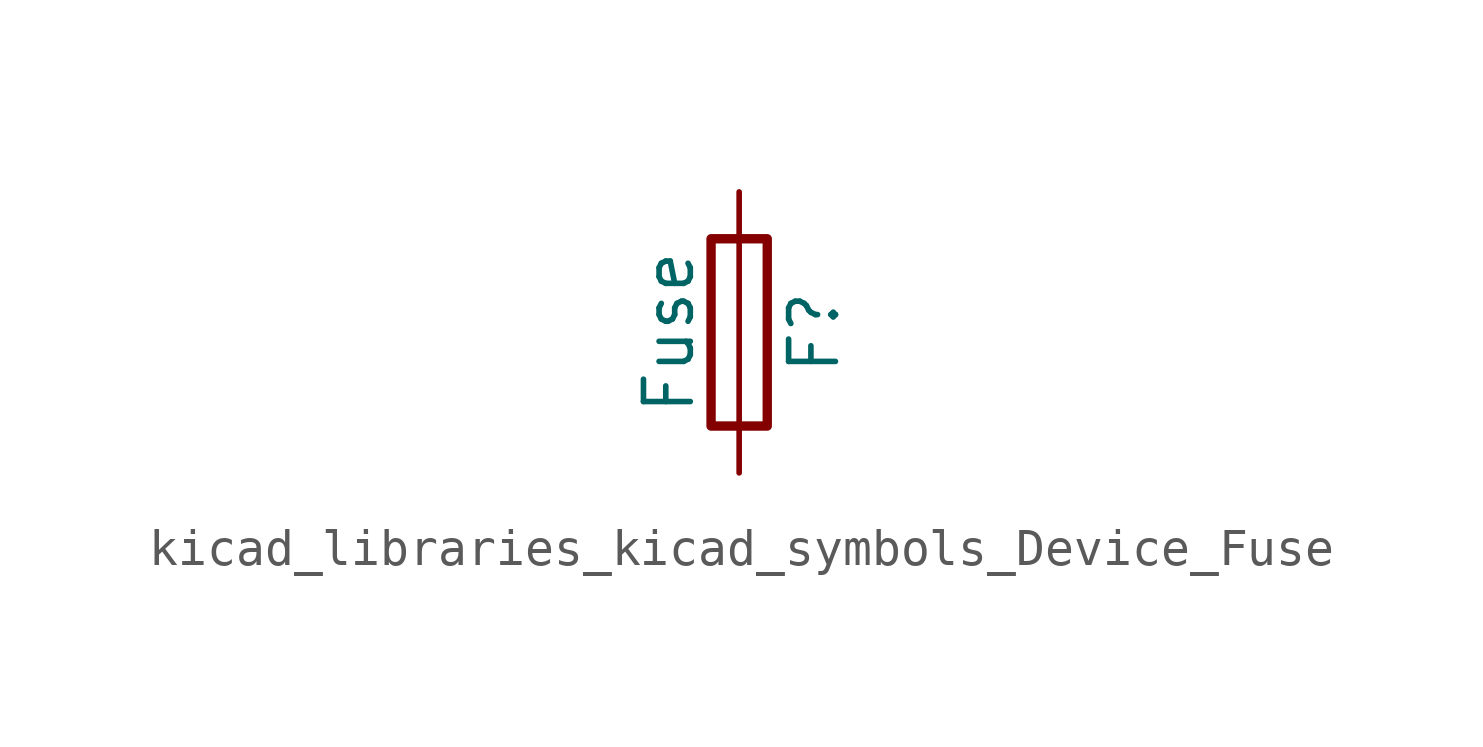
<source format=kicad_sym>
(kicad_symbol_lib
  (version 20220914)
  (generator kicad_symbol_editor)
  (symbol "kicad_libraries_kicad_symbols_Device_Fuse"
    (pin_numbers hide)
    (pin_names
      (offset 0))
    (property "Reference" "F"
      (at 2.032 0 90)
      (effects (font (size 1.27 1.27))))
    (property "Value" "Fuse"
      (at -1.905 0 90)
      (effects (font (size 1.27 1.27))))
    (symbol "kicad_libraries_kicad_symbols_Device_Fuse_0_1"
      (rectangle (start -0.762 -2.54) (end 0.762 2.54) (stroke (width 0.254) (type default)) (fill (type none)))
      (polyline (pts (xy 0 2.54) (xy 0 -2.54)) (stroke (width 0) (type default)) (fill (type none))))
    (symbol "kicad_libraries_kicad_symbols_Device_Fuse_1_1"
      (pin passive line (at 0 3.81 270) (length 1.27) (name "~" (effects (font (size 1.27 1.27)))) (number "1" (effects (font (size 1.27 1.27)))))
      (pin passive line (at 0 -3.81 90) (length 1.27) (name "~" (effects (font (size 1.27 1.27)))) (number "2" (effects (font (size 1.27 1.27))))))))
</source>
